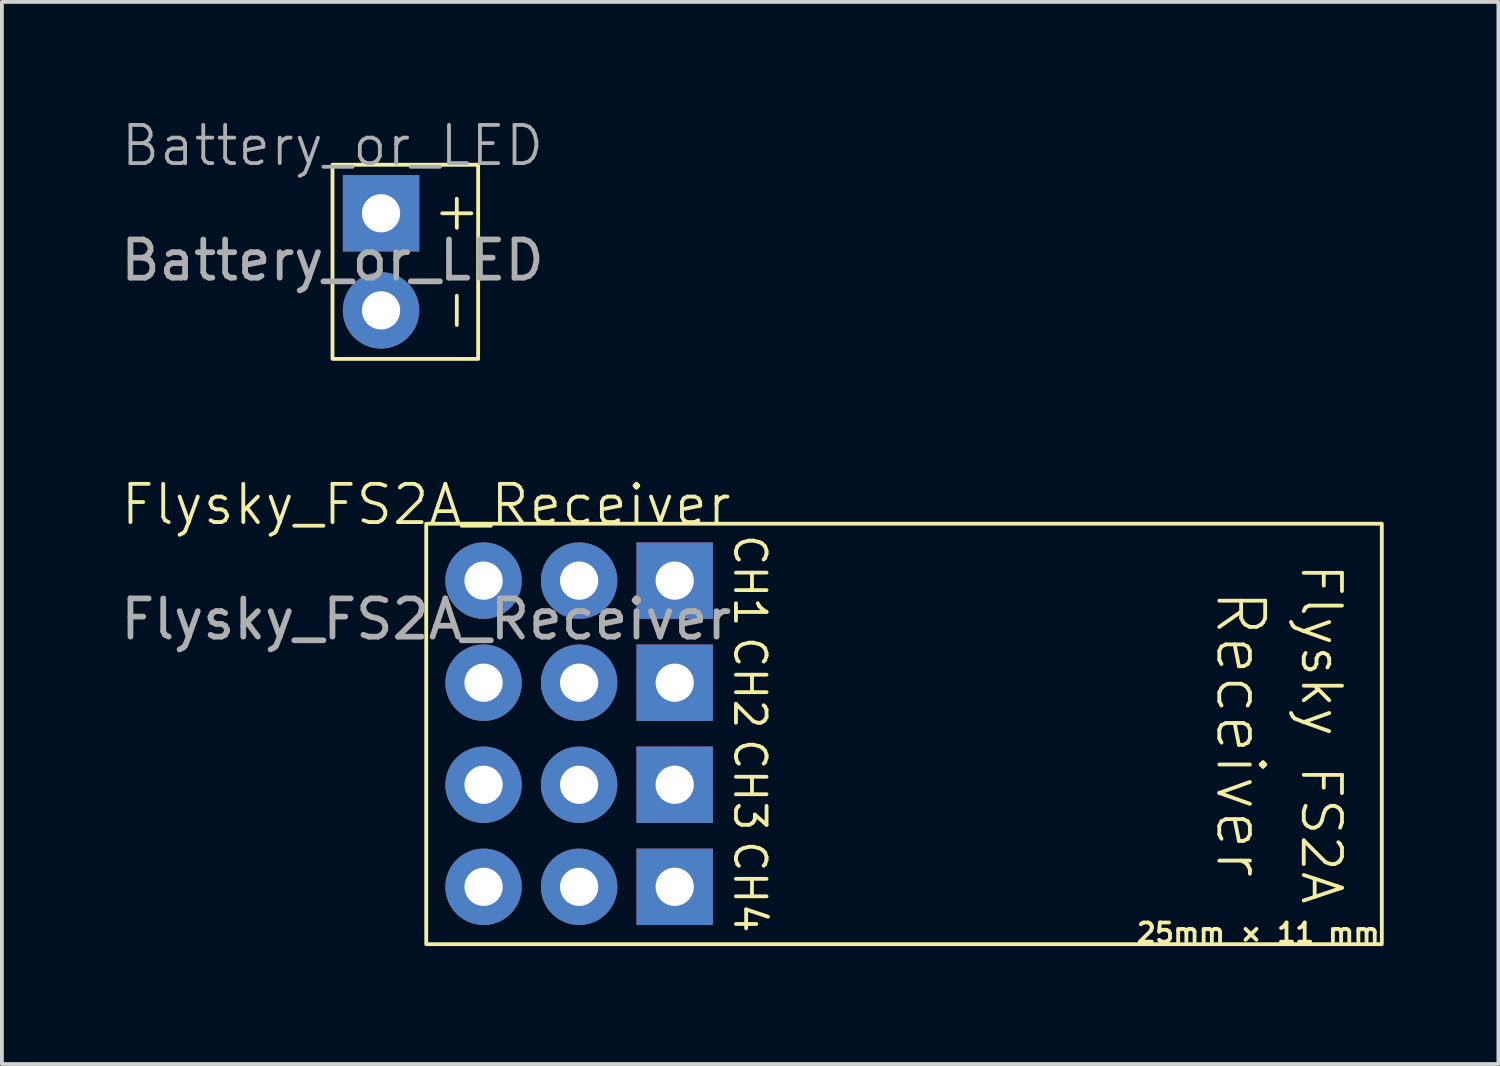
<source format=kicad_pcb>
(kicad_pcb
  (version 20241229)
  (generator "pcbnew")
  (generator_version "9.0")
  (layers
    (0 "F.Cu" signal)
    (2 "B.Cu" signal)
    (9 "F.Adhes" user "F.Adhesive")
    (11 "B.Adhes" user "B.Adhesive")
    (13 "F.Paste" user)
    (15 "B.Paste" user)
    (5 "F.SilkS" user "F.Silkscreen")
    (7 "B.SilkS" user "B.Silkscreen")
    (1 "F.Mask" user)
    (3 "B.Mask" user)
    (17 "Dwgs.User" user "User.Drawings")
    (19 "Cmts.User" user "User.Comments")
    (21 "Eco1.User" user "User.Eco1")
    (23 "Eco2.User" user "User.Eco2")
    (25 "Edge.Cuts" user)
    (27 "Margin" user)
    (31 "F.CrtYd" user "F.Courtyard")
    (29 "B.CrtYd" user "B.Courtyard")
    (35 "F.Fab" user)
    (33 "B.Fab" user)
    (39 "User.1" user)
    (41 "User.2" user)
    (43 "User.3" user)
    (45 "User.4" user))
  (footprint "Battery_or_LED"
    (layer "F.Cu")
    (at 5.649 1.26)
    (property "Reference" "Battery_or_LED" (at 0 -0.5 0) (unlocked yes) (layer "F.Fab") (effects (font (size 1 1) (thickness 0.1))))
    (attr through_hole)
    (fp_rect (start 0 0) (end 3.81 5.08) (stroke (width 0.1) (type default)) (fill no) (layer "F.SilkS"))
    (fp_text user "+" (at 3.175 1.27 90) (unlocked yes) (layer "F.SilkS") (effects (font (size 1 1) (thickness 0.1))))
    (fp_text user "-" (at 3.175 3.81 90) (unlocked yes) (layer "F.SilkS") (effects (font (size 1 1) (thickness 0.1))))
    (fp_text user "${REFERENCE}" (at 0 2.5 0) (unlocked yes) (layer "F.Fab") (effects (font (size 1 1) (thickness 0.15))))
    (pad "1" thru_hole rect (at 1.27 1.27) (size 2 2) (drill 1) (layers "*.Cu" "*.Mask"))
    (pad "2" thru_hole circle (at 1.27 3.81) (size 2 2) (drill 1) (layers "*.Cu" "*.Mask")))
  (footprint "Flysky_FS2A_Receiver"
    (layer "F.Cu")
    (at 8.101 10.651)
    (property "Reference" "Flysky_FS2A_Receiver" (at 0 -0.5 0) (unlocked yes) (layer "F.SilkS") (effects (font (size 1 1) (thickness 0.1))))
    (attr through_hole)
    (fp_rect (start 0 0) (end 25 11) (stroke (width 0.1) (type solid)) (fill no) (layer "F.SilkS"))
    (fp_text user "CH2" (at 8 4.16 270) (unlocked yes) (layer "F.SilkS") (effects (font (size 0.8 0.8) (thickness 0.1)) (justify bottom)))
    (fp_text user "CH1" (at 8 1.49 270) (unlocked yes) (layer "F.SilkS") (effects (font (size 0.8 0.8) (thickness 0.1)) (justify bottom)))
    (fp_text user "Flysky FS2A" (at 24 5.5 270) (unlocked yes) (layer "F.SilkS") (effects (font (size 1 1) (thickness 0.1)) (justify top)))
    (fp_text user "CH4" (at 8 9.5 270) (unlocked yes) (layer "F.SilkS") (effects (font (size 0.8 0.8) (thickness 0.1)) (justify bottom)))
    (fp_text user "CH3" (at 8 6.83 270) (unlocked yes) (layer "F.SilkS") (effects (font (size 0.8 0.8) (thickness 0.1)) (justify bottom)))
    (fp_text user "25mm × 11 mm" (at 25 11 0) (unlocked yes) (layer "F.SilkS") (effects (font (size 0.5 0.5) (thickness 0.1)) (justify right bottom)))
    (fp_text user "Receiver" (at 22 5.5 270) (unlocked yes) (layer "F.SilkS") (effects (font (size 1.2 1.2) (thickness 0.1)) (justify top)))
    (fp_text user "${REFERENCE}" (at 0 2.5 0) (unlocked yes) (layer "F.Fab") (effects (font (size 1 1) (thickness 0.15))))
    (pad "1" thru_hole rect (at 6.5 1.49) (size 2 2) (drill 1) (layers "*.Cu" "*.Mask"))
    (pad "2" thru_hole rect (at 6.5 4.16) (size 2 2) (drill 1) (layers "*.Cu" "*.Mask"))
    (pad "3" thru_hole rect (at 6.5 6.83) (size 2 2) (drill 1) (layers "*.Cu" "*.Mask"))
    (pad "4" thru_hole rect (at 6.5 9.5) (size 2 2) (drill 1) (layers "*.Cu" "*.Mask"))
    (pad "5" thru_hole circle (at 4 1.49) (size 2 2) (drill 1) (layers "*.Cu" "*.Mask"))
    (pad "6" thru_hole circle (at 4 4.16) (size 2 2) (drill 1) (layers "*.Cu" "*.Mask"))
    (pad "7" thru_hole circle (at 4 6.83) (size 2 2) (drill 1) (layers "*.Cu" "*.Mask"))
    (pad "8" thru_hole circle (at 4 9.5) (size 2 2) (drill 1) (layers "*.Cu" "*.Mask"))
    (pad "9" thru_hole circle (at 1.5 1.49) (size 2 2) (drill 1) (layers "*.Cu" "*.Mask"))
    (pad "10" thru_hole circle (at 1.5 4.16) (size 2 2) (drill 1) (layers "*.Cu" "*.Mask"))
    (pad "11" thru_hole circle (at 1.5 6.83) (size 2 2) (drill 1) (layers "*.Cu" "*.Mask"))
    (pad "12" thru_hole circle (at 1.5 9.5) (size 2 2) (drill 1) (layers "*.Cu" "*.Mask")))
  (gr_rect
    (start -3 -3)
    (end 36.151 24.787)
    (stroke (width 0.1) (type default))
    (fill no)
    (layer "Edge.Cuts")))
</source>
